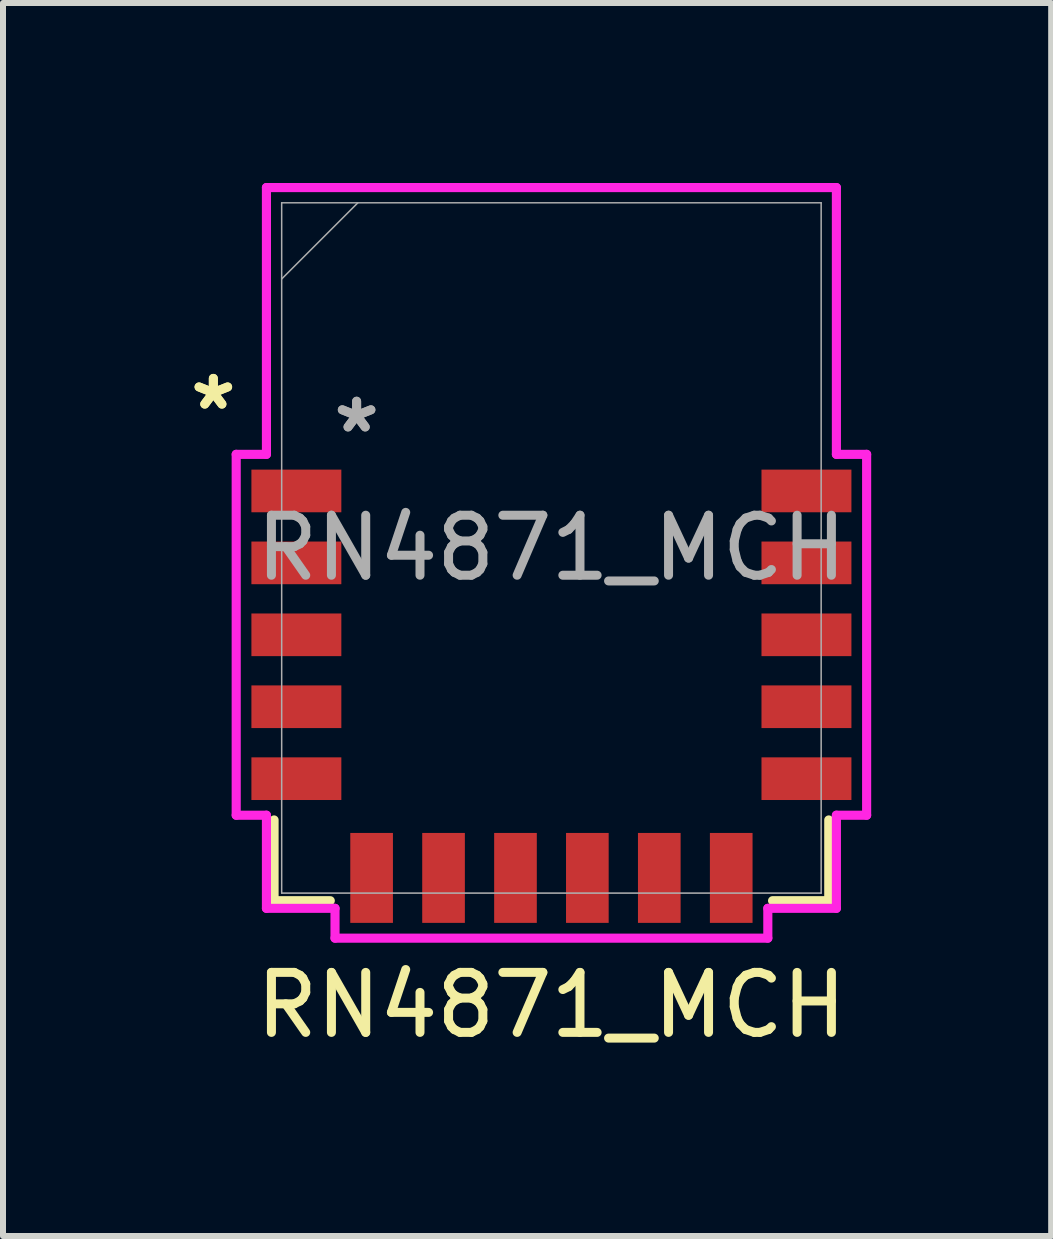
<source format=kicad_pcb>
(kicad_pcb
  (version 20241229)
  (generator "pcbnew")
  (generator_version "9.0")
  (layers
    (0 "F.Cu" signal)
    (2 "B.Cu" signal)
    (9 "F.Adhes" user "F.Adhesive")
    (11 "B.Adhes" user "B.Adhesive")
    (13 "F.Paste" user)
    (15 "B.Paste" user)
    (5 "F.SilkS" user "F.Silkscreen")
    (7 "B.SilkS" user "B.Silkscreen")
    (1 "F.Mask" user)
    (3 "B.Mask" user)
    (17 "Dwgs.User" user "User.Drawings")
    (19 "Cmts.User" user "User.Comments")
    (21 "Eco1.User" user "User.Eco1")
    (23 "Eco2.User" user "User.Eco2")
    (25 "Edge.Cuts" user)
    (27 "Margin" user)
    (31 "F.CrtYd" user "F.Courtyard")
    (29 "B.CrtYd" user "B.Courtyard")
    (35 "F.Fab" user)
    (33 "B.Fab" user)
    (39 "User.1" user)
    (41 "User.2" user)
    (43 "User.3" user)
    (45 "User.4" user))
  (footprint "RN4871_MCH"
    (layer "F.Cu")
    (at 6.141 6.083)
    (property "Reference" "RN4871_MCH" (at 0 7.62 0) (unlocked yes) (layer "F.SilkS") (effects (font (size 1 1) (thickness 0.15))))
    (attr smd)
    (fp_line (start -4.623 4.534) (end -4.623 5.88) (stroke (width 0.152) (type solid)) (layer "F.SilkS"))
    (fp_line (start -4.623 5.88) (end -3.686 5.88) (stroke (width 0.152) (type solid)) (layer "F.SilkS"))
    (fp_line (start 3.686 5.88) (end 4.623 5.88) (stroke (width 0.152) (type solid)) (layer "F.SilkS"))
    (fp_line (start 4.623 5.88) (end 4.623 4.534) (stroke (width 0.152) (type solid)) (layer "F.SilkS"))
    (fp_line (start -4.496 -1.748) (end 4.496 -1.748) (stroke (width 0.025) (type solid)) (layer "Eco2.User"))
    (fp_poly (pts (xy -3.501 1.148) (xy -1.495 1.148) (xy -1.495 -1.748) (xy -3.501 -1.748)) (stroke (width 0.1) (type solid)) (fill no) (layer "Eco2.User"))
    (fp_poly (pts (xy -0.207 4.26) (xy 3.501 4.26) (xy 3.501 -1.252) (xy -0.207 -1.252)) (stroke (width 0.1) (type solid)) (fill no) (layer "Eco2.User"))
    (fp_line (start -5.254 -1.56) (end -5.254 4.455) (stroke (width 0.152) (type solid)) (layer "F.CrtYd"))
    (fp_line (start -5.254 4.455) (end -4.75 4.455) (stroke (width 0.152) (type solid)) (layer "F.CrtYd"))
    (fp_line (start -4.75 -6.007) (end -4.75 -1.56) (stroke (width 0.152) (type solid)) (layer "F.CrtYd"))
    (fp_line (start -4.75 -1.56) (end -5.254 -1.56) (stroke (width 0.152) (type solid)) (layer "F.CrtYd"))
    (fp_line (start -4.75 4.455) (end -4.75 6.007) (stroke (width 0.152) (type solid)) (layer "F.CrtYd"))
    (fp_line (start -4.75 6.007) (end -3.607 6.007) (stroke (width 0.152) (type solid)) (layer "F.CrtYd"))
    (fp_line (start -3.607 6.007) (end -3.607 6.504) (stroke (width 0.152) (type solid)) (layer "F.CrtYd"))
    (fp_line (start -3.607 6.504) (end 3.607 6.504) (stroke (width 0.152) (type solid)) (layer "F.CrtYd"))
    (fp_line (start 3.607 6.007) (end 4.75 6.007) (stroke (width 0.152) (type solid)) (layer "F.CrtYd"))
    (fp_line (start 3.607 6.504) (end 3.607 6.007) (stroke (width 0.152) (type solid)) (layer "F.CrtYd"))
    (fp_line (start 4.75 -6.007) (end -4.75 -6.007) (stroke (width 0.152) (type solid)) (layer "F.CrtYd"))
    (fp_line (start 4.75 -1.56) (end 4.75 -6.007) (stroke (width 0.152) (type solid)) (layer "F.CrtYd"))
    (fp_line (start 4.75 4.455) (end 5.254 4.455) (stroke (width 0.152) (type solid)) (layer "F.CrtYd"))
    (fp_line (start 4.75 6.007) (end 4.75 4.455) (stroke (width 0.152) (type solid)) (layer "F.CrtYd"))
    (fp_line (start 5.254 -1.56) (end 4.75 -1.56) (stroke (width 0.152) (type solid)) (layer "F.CrtYd"))
    (fp_line (start 5.254 4.455) (end 5.254 -1.56) (stroke (width 0.152) (type solid)) (layer "F.CrtYd"))
    (fp_line (start -4.496 -5.753) (end -4.496 5.753) (stroke (width 0.025) (type solid)) (layer "F.Fab"))
    (fp_line (start -4.496 -4.483) (end -3.226 -5.753) (stroke (width 0.025) (type solid)) (layer "F.Fab"))
    (fp_line (start -4.496 5.753) (end 4.496 5.753) (stroke (width 0.025) (type solid)) (layer "F.Fab"))
    (fp_line (start 4.496 -5.753) (end -4.496 -5.753) (stroke (width 0.025) (type solid)) (layer "F.Fab"))
    (fp_line (start 4.496 5.753) (end 4.496 -5.753) (stroke (width 0.025) (type solid)) (layer "F.Fab"))
    (fp_text user "*" (at -5.635 -2.281 0) (unlocked yes) (layer "F.SilkS") (effects (font (size 1 1) (thickness 0.15))))
    (fp_text user "*" (at -5.635 -2.281 0) (layer "F.SilkS") (effects (font (size 1 1) (thickness 0.15))))
    (fp_text user "*" (at -3.247 -1.9 0) (unlocked yes) (layer "F.Fab") (effects (font (size 1 1) (thickness 0.15))))
    (fp_text user "*" (at -3.247 -1.9 0) (layer "F.Fab") (effects (font (size 1 1) (thickness 0.15))))
    (fp_text user "${REFERENCE}" (at 0 0 0) (unlocked yes) (layer "F.Fab") (effects (font (size 1 1) (thickness 0.15))))
    (pad "1" smd rect (at -4.251 -0.95 90) (size 0.711 1.499) (layers "F.Cu" "F.Mask" "F.Paste"))
    (pad "2" smd rect (at -4.251 0.249 90) (size 0.711 1.499) (layers "F.Cu" "F.Mask" "F.Paste"))
    (pad "3" smd rect (at -4.251 1.448 90) (size 0.711 1.499) (layers "F.Cu" "F.Mask" "F.Paste"))
    (pad "4" smd rect (at -4.251 2.647 90) (size 0.711 1.499) (layers "F.Cu" "F.Mask" "F.Paste"))
    (pad "5" smd rect (at -4.251 3.846 90) (size 0.711 1.499) (layers "F.Cu" "F.Mask" "F.Paste"))
    (pad "6" smd rect (at -2.997 5.5) (size 0.711 1.499) (layers "F.Cu" "F.Mask" "F.Paste"))
    (pad "7" smd rect (at -1.798 5.5) (size 0.711 1.499) (layers "F.Cu" "F.Mask" "F.Paste"))
    (pad "8" smd rect (at -0.599 5.5) (size 0.711 1.499) (layers "F.Cu" "F.Mask" "F.Paste"))
    (pad "9" smd rect (at 0.599 5.5) (size 0.711 1.499) (layers "F.Cu" "F.Mask" "F.Paste"))
    (pad "10" smd rect (at 1.798 5.5) (size 0.711 1.499) (layers "F.Cu" "F.Mask" "F.Paste"))
    (pad "11" smd rect (at 2.997 5.5) (size 0.711 1.499) (layers "F.Cu" "F.Mask" "F.Paste"))
    (pad "12" smd rect (at 4.251 3.846 90) (size 0.711 1.499) (layers "F.Cu" "F.Mask" "F.Paste"))
    (pad "13" smd rect (at 4.251 2.647 90) (size 0.711 1.499) (layers "F.Cu" "F.Mask" "F.Paste"))
    (pad "14" smd rect (at 4.251 1.448 90) (size 0.711 1.499) (layers "F.Cu" "F.Mask" "F.Paste"))
    (pad "15" smd rect (at 4.251 0.249 90) (size 0.711 1.499) (layers "F.Cu" "F.Mask" "F.Paste"))
    (pad "16" smd rect (at 4.251 -0.95 90) (size 0.711 1.499) (layers "F.Cu" "F.Mask" "F.Paste")))
  (gr_rect
    (start -3 -3)
    (end 14.471 17.552)
    (stroke (width 0.1) (type default))
    (fill no)
    (layer "Edge.Cuts")))
</source>
